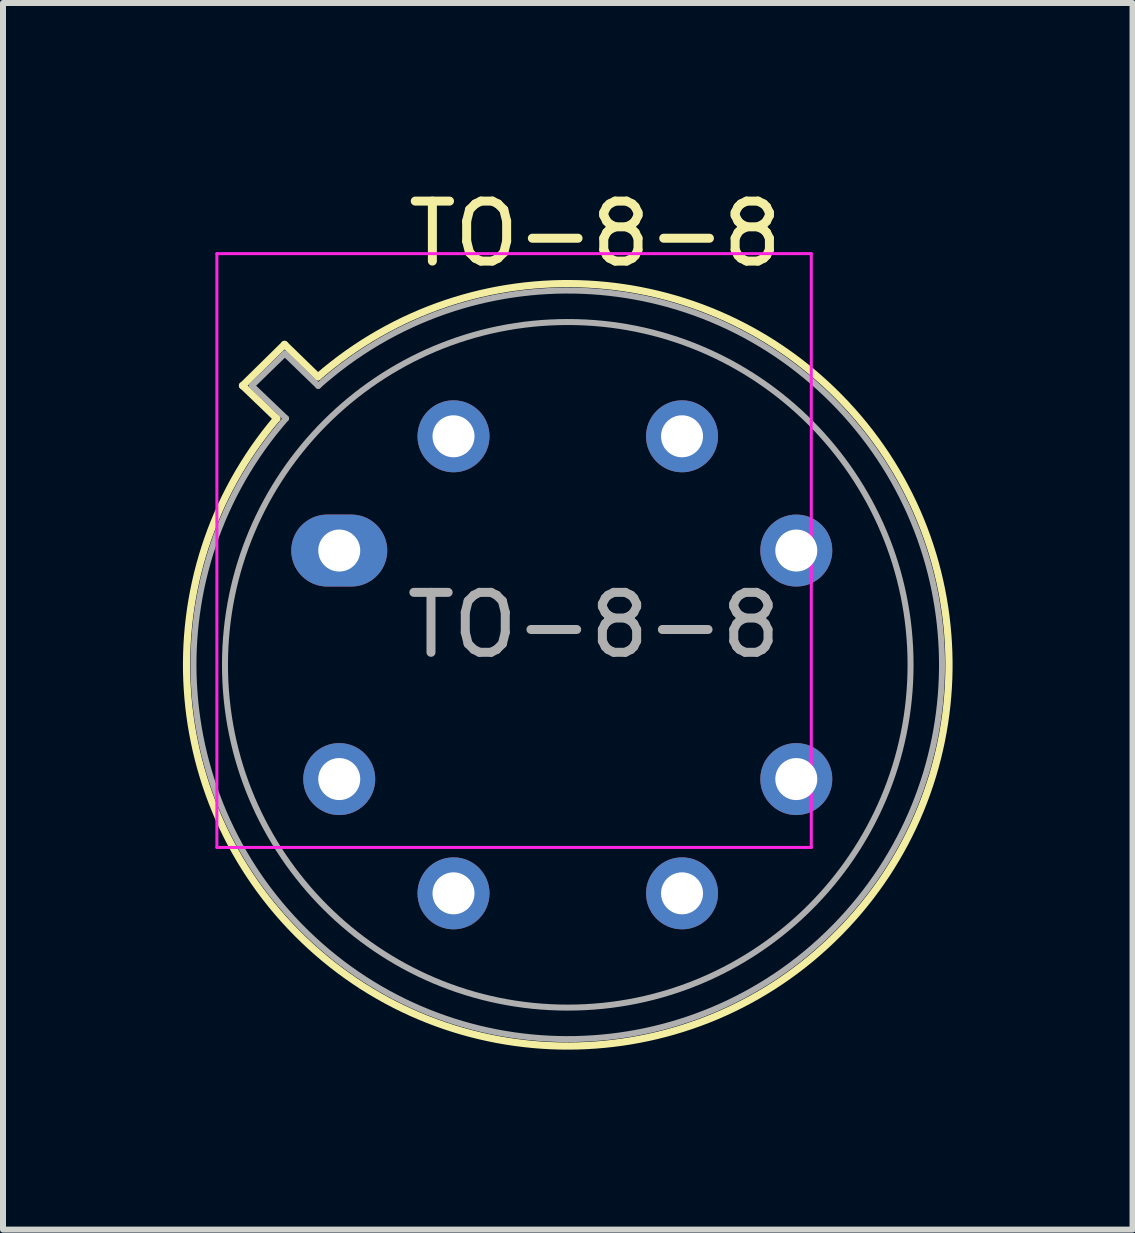
<source format=kicad_pcb>
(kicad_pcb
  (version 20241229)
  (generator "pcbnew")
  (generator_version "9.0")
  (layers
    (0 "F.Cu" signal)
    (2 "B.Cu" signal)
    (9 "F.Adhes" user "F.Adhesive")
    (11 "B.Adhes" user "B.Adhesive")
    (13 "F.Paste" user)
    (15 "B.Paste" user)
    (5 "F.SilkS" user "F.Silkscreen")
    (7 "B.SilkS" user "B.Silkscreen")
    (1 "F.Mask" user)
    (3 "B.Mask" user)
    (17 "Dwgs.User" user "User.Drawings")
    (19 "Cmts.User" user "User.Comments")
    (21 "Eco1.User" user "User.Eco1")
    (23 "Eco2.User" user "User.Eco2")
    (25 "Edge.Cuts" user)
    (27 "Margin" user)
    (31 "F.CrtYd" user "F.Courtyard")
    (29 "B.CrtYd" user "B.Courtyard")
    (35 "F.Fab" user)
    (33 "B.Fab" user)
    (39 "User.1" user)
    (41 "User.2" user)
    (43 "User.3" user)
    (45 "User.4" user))
  (footprint "TO-8-8"
    (layer "F.Cu")
    (at 2.606 6.129)
    (property "Reference" "TO-8-8" (at 4.267 -5.281 0) (layer "F.SilkS") (effects (font (size 1 1) (thickness 0.15))))
    (attr through_hole)
    (fp_line (start -1.613 -2.751) (end -1.041 -2.202) (stroke (width 0.12) (type solid)) (layer "F.SilkS"))
    (fp_line (start -0.912 -3.437) (end -1.613 -2.748) (stroke (width 0.12) (type solid)) (layer "F.SilkS"))
    (fp_line (start -0.356 -2.896) (end -0.912 -3.437) (stroke (width 0.12) (type solid)) (layer "F.SilkS"))
    (fp_arc (start -0.3556 -2.8956) (mid 8.33162 6.371871) (end -1.040988 -2.201811) (stroke (width 0.12) (type solid)) (layer "F.SilkS"))
    (fp_line (start -2.04 -4.95) (end -2.04 4.95) (stroke (width 0.05) (type solid)) (layer "F.CrtYd"))
    (fp_line (start -2.04 4.95) (end 7.87 4.95) (stroke (width 0.05) (type solid)) (layer "F.CrtYd"))
    (fp_line (start 7.87 -4.95) (end -2.04 -4.95) (stroke (width 0.05) (type solid)) (layer "F.CrtYd"))
    (fp_line (start 7.87 4.95) (end 7.87 -4.95) (stroke (width 0.05) (type solid)) (layer "F.CrtYd"))
    (fp_line (start -1.458 -2.748) (end -0.887 -2.203) (stroke (width 0.1) (type solid)) (layer "F.Fab"))
    (fp_line (start -0.907 -3.284) (end -1.458 -2.748) (stroke (width 0.1) (type solid)) (layer "F.Fab"))
    (fp_line (start -0.351 -2.746) (end -0.907 -3.284) (stroke (width 0.1) (type solid)) (layer "F.Fab"))
    (fp_arc (start -0.35052 -2.74574) (mid 8.247211 6.292536) (end -0.887283 -2.2029) (stroke (width 0.1) (type solid)) (layer "F.Fab"))
    (fp_circle (center 3.81 1.905) (end 9.525 1.905) (stroke (width 0.1) (type solid)) (fill no) (layer "F.Fab"))
    (fp_text user "${REFERENCE}" (at 4.244 1.242 0) (layer "F.Fab") (effects (font (size 1 1) (thickness 0.15))))
    (pad "1" thru_hole oval (at 0 0) (size 1.6 1.2) (drill 0.7) (layers "*.Cu" "*.Mask"))
    (pad "2" thru_hole oval (at 0 3.81) (size 1.2 1.2) (drill 0.7) (layers "*.Cu" "*.Mask"))
    (pad "3" thru_hole oval (at 1.905 5.715) (size 1.2 1.2) (drill 0.7) (layers "*.Cu" "*.Mask"))
    (pad "4" thru_hole oval (at 5.715 5.715) (size 1.2 1.2) (drill 0.7) (layers "*.Cu" "*.Mask"))
    (pad "5" thru_hole oval (at 7.62 3.81) (size 1.2 1.2) (drill 0.7) (layers "*.Cu" "*.Mask"))
    (pad "6" thru_hole oval (at 7.62 0) (size 1.2 1.2) (drill 0.7) (layers "*.Cu" "*.Mask"))
    (pad "7" thru_hole oval (at 5.715 -1.905) (size 1.2 1.2) (drill 0.7) (layers "*.Cu" "*.Mask"))
    (pad "8" thru_hole oval (at 1.905 -1.905) (size 1.2 1.2) (drill 0.7) (layers "*.Cu" "*.Mask")))
  (gr_rect
    (start -3 -3)
    (end 15.832 17.45)
    (stroke (width 0.1) (type default))
    (fill no)
    (layer "Edge.Cuts")))
</source>
